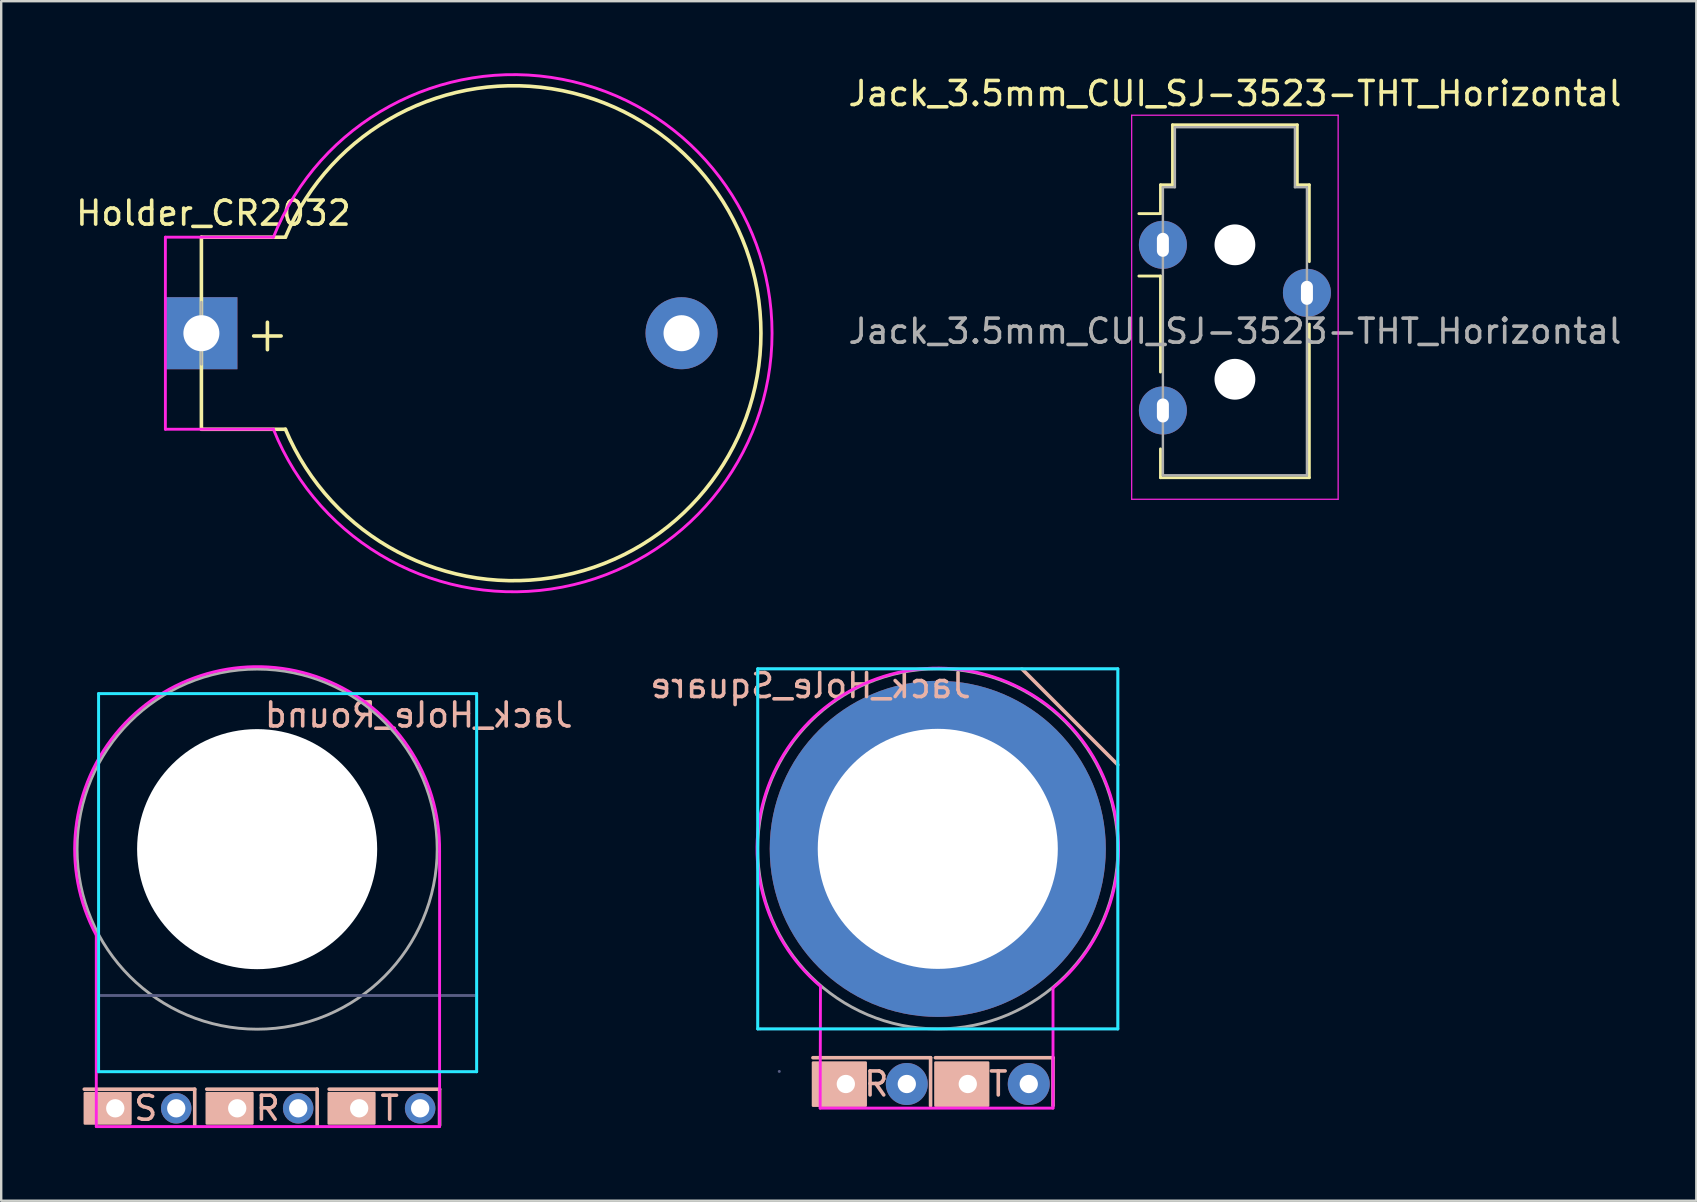
<source format=kicad_pcb>
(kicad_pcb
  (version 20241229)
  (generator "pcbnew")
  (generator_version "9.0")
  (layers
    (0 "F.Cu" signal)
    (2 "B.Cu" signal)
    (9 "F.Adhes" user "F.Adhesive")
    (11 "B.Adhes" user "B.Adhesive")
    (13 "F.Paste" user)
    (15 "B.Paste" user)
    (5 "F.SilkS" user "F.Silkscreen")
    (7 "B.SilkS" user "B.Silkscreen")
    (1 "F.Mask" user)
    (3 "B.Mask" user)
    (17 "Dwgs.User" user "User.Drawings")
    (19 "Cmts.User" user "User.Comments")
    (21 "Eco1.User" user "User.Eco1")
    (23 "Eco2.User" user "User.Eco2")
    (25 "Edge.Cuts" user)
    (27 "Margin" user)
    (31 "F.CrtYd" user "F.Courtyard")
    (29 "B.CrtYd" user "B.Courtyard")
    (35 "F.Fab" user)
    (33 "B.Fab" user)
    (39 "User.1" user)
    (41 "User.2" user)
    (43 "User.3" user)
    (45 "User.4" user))
  (footprint "Jack_Hole_Round"
    (layer "F.Cu")
    (at 7.661 32.321)
    (property "Reference" "Jack_Hole_Round" (at 6.731 -5.588 0) (layer "B.SilkS") (effects (font (size 1 1) (thickness 0.15)) (justify mirror)))
    (attr through_hole)
    (fp_line (start -7.2 10) (end -2.6 10) (stroke (width 0.15) (type solid)) (layer "B.SilkS"))
    (fp_line (start -2.6 10) (end -2.6 11.5) (stroke (width 0.15) (type solid)) (layer "B.SilkS"))
    (fp_line (start -2.1 10) (end 2.5 10) (stroke (width 0.15) (type solid)) (layer "B.SilkS"))
    (fp_line (start 2.5 10) (end 2.5 11.5) (stroke (width 0.15) (type solid)) (layer "B.SilkS"))
    (fp_line (start 3 10) (end 7.6 10) (stroke (width 0.15) (type solid)) (layer "B.SilkS"))
    (fp_line (start 7.6 10) (end 7.6 11.5) (stroke (width 0.15) (type solid)) (layer "B.SilkS"))
    (fp_poly (pts (xy -5.275 11.43) (xy -7.18 11.43) (xy -7.18 10.16) (xy -5.275 10.16)) (stroke (width 0.1) (type solid)) (fill yes) (layer "B.SilkS"))
    (fp_poly (pts (xy -0.195 11.43) (xy -2.1 11.43) (xy -2.1 10.16) (xy -0.195 10.16)) (stroke (width 0.1) (type solid)) (fill yes) (layer "B.SilkS"))
    (fp_poly (pts (xy 4.885 11.43) (xy 2.98 11.43) (xy 2.98 10.16) (xy 4.885 10.16)) (stroke (width 0.1) (type solid)) (fill yes) (layer "B.SilkS"))
    (fp_line (start -6.604 -6.477) (end 9.144 -6.477) (stroke (width 0.12) (type solid)) (layer "B.CrtYd"))
    (fp_line (start -6.604 9.271) (end -6.604 -6.477) (stroke (width 0.12) (type solid)) (layer "B.CrtYd"))
    (fp_line (start 9.144 -6.477) (end 9.144 9.271) (stroke (width 0.12) (type solid)) (layer "B.CrtYd"))
    (fp_line (start 9.144 9.271) (end -6.604 9.271) (stroke (width 0.12) (type solid)) (layer "B.CrtYd"))
    (fp_line (start -6.7 11.557) (end -6.7 3.6) (stroke (width 0.12) (type solid)) (layer "F.CrtYd"))
    (fp_line (start -6.7 11.557) (end 7.6 11.557) (stroke (width 0.12) (type solid)) (layer "F.CrtYd"))
    (fp_line (start 7.6 11.557) (end 7.6 0.1) (stroke (width 0.12) (type solid)) (layer "F.CrtYd"))
    (fp_arc (start -6.695366 3.59751) (mid -1.806304 -7.382904) (end 7.6 0.1) (stroke (width 0.12) (type solid)) (layer "F.CrtYd"))
    (fp_line (start -6.604 -6.477) (end 9.144 -6.477) (stroke (width 0.12) (type solid)) (layer "B.Fab"))
    (fp_line (start -6.604 6.096) (end 9.144 6.096) (stroke (width 0.12) (type solid)) (layer "B.Fab"))
    (fp_line (start -6.604 9.271) (end -6.604 -6.477) (stroke (width 0.12) (type solid)) (layer "B.Fab"))
    (fp_line (start 9.144 -6.477) (end 9.144 9.271) (stroke (width 0.12) (type solid)) (layer "B.Fab"))
    (fp_line (start 9.144 9.271) (end -6.604 9.271) (stroke (width 0.12) (type solid)) (layer "B.Fab"))
    (fp_circle (center 0 0) (end 7.5 0) (stroke (width 0.12) (type solid)) (fill no) (layer "F.Fab"))
    (fp_text user "T" (at 5.52 10.795 0) (layer "B.SilkS") (effects (font (size 1 1) (thickness 0.15))))
    (fp_text user "S" (at -4.64 10.795 0) (layer "B.SilkS") (effects (font (size 1 1) (thickness 0.15))))
    (fp_text user "R" (at 0.44 10.795 0) (layer "B.SilkS") (effects (font (size 1 1) (thickness 0.15))))
    (pad "" np_thru_hole circle (at 0 0) (size 10 10) (drill 10) (layers "*.Cu" "*.Mask"))
    (pad "R" thru_hole circle (at 1.71 10.795) (size 1.27 1.27) (drill 0.762) (layers "*.Cu" "*.Mask"))
    (pad "RN" thru_hole circle (at -0.83 10.795) (size 1.27 1.27) (drill 0.762) (layers "*.Cu" "*.Mask"))
    (pad "S" thru_hole circle (at -3.37 10.795) (size 1.27 1.27) (drill 0.762) (layers "*.Cu" "*.Mask"))
    (pad "SN" thru_hole circle (at -5.91 10.795) (size 1.27 1.27) (drill 0.762) (layers "*.Cu" "*.Mask"))
    (pad "T" thru_hole circle (at 6.79 10.795) (size 1.27 1.27) (drill 0.762) (layers "*.Cu" "*.Mask"))
    (pad "TN" thru_hole circle (at 4.25 10.795) (size 1.27 1.27) (drill 0.762) (layers "*.Cu" "*.Mask")))
  (footprint "Jack_3.5mm_CUI_SJ-3523-THT_Horizontal"
    (layer "F.Cu")
    (at 48.39 10.748)
    (property "Reference" "Jack_3.5mm_CUI_SJ-3523-THT_Horizontal" (at 0 -9.9 0) (layer "F.SilkS") (effects (font (size 1 1) (thickness 0.15))))
    (attr smd)
    (fp_line (start -3.1 -6.1) (end -2.6 -6.1) (stroke (width 0.12) (type solid)) (layer "F.SilkS"))
    (fp_line (start -3.1 -4.9) (end -4 -4.9) (stroke (width 0.12) (type solid)) (layer "F.SilkS"))
    (fp_line (start -3.1 -4.9) (end -3.1 -6.1) (stroke (width 0.12) (type solid)) (layer "F.SilkS"))
    (fp_line (start -3.1 -2.3) (end -4 -2.3) (stroke (width 0.12) (type solid)) (layer "F.SilkS"))
    (fp_line (start -3.1 1.7) (end -3.1 -2.3) (stroke (width 0.12) (type solid)) (layer "F.SilkS"))
    (fp_line (start -3.1 6.1) (end -3.1 4.9) (stroke (width 0.12) (type solid)) (layer "F.SilkS"))
    (fp_line (start -2.6 -8.6) (end 2.6 -8.6) (stroke (width 0.12) (type solid)) (layer "F.SilkS"))
    (fp_line (start -2.6 -6.1) (end -2.6 -8.6) (stroke (width 0.12) (type solid)) (layer "F.SilkS"))
    (fp_line (start 2.6 -8.6) (end 2.6 -6.1) (stroke (width 0.12) (type solid)) (layer "F.SilkS"))
    (fp_line (start 2.6 -6.1) (end 3.1 -6.1) (stroke (width 0.12) (type solid)) (layer "F.SilkS"))
    (fp_line (start 3.1 -6.1) (end 3.1 -2.9) (stroke (width 0.12) (type solid)) (layer "F.SilkS"))
    (fp_line (start 3.1 -0.3) (end 3.1 6.1) (stroke (width 0.12) (type solid)) (layer "F.SilkS"))
    (fp_line (start 3.1 6.1) (end -3.1 6.1) (stroke (width 0.12) (type solid)) (layer "F.SilkS"))
    (fp_line (start -4.3 -9) (end 4.3 -9) (stroke (width 0.05) (type solid)) (layer "F.CrtYd"))
    (fp_line (start -4.3 7) (end -4.3 -9) (stroke (width 0.05) (type solid)) (layer "F.CrtYd"))
    (fp_line (start 4.3 -9) (end 4.3 7) (stroke (width 0.05) (type solid)) (layer "F.CrtYd"))
    (fp_line (start 4.3 7) (end -4.3 7) (stroke (width 0.05) (type solid)) (layer "F.CrtYd"))
    (fp_line (start -3 -6) (end -2.5 -6) (stroke (width 0.1) (type solid)) (layer "F.Fab"))
    (fp_line (start -3 6) (end -3 -6) (stroke (width 0.1) (type solid)) (layer "F.Fab"))
    (fp_line (start -2.5 -8.5) (end 2.5 -8.5) (stroke (width 0.1) (type solid)) (layer "F.Fab"))
    (fp_line (start -2.5 -6) (end -2.5 -8.5) (stroke (width 0.1) (type solid)) (layer "F.Fab"))
    (fp_line (start 2.5 -8.5) (end 2.5 -6) (stroke (width 0.1) (type solid)) (layer "F.Fab"))
    (fp_line (start 2.5 -6) (end 3 -6) (stroke (width 0.1) (type solid)) (layer "F.Fab"))
    (fp_line (start 3 -6) (end 3 6) (stroke (width 0.1) (type solid)) (layer "F.Fab"))
    (fp_line (start 3 6) (end -3 6) (stroke (width 0.1) (type solid)) (layer "F.Fab"))
    (fp_text user "${REFERENCE}" (at 0 0 0) (layer "F.Fab") (effects (font (size 1 1) (thickness 0.15))))
    (pad "" np_thru_hole circle (at 0 -3.6) (size 1.7 1.7) (drill 1.7) (layers "*.Cu" "*.Mask"))
    (pad "" np_thru_hole circle (at 0 2) (size 1.7 1.7) (drill 1.7) (layers "*.Cu" "*.Mask"))
    (pad "R" thru_hole oval (at 3 -1.6) (size 2 2) (drill oval 0.5 1) (layers "*.Cu" "*.Mask"))
    (pad "S" thru_hole oval (at -3 -3.6) (size 2 2) (drill oval 0.5 1) (layers "*.Cu" "*.Mask"))
    (pad "T" thru_hole oval (at -3 3.3) (size 2 2) (drill oval 0.5 1) (layers "*.Cu" "*.Mask")))
  (footprint "Jack_Hole_Square"
    (layer "F.Cu")
    (at 36.013 32.309)
    (property "Reference" "Jack_Hole_Square" (at -5.3 -6.8 0) (layer "B.SilkS") (effects (font (size 1 1) (thickness 0.15)) (justify mirror)))
    (attr through_hole)
    (fp_line (start -5.2 8.7) (end -0.3 8.7) (stroke (width 0.15) (type solid)) (layer "B.SilkS"))
    (fp_line (start -0.3 8.7) (end -0.3 10.7) (stroke (width 0.15) (type solid)) (layer "B.SilkS"))
    (fp_line (start -0.1 8.7) (end 4.8 8.7) (stroke (width 0.15) (type solid)) (layer "B.SilkS"))
    (fp_line (start 3.5 -7.5) (end 7.5 -3.5) (stroke (width 0.15) (type solid)) (layer "B.SilkS"))
    (fp_line (start 4.8 8.7) (end 4.8 10.7) (stroke (width 0.15) (type solid)) (layer "B.SilkS"))
    (fp_poly (pts (xy -3 10.7) (xy -5.2 10.7) (xy -5.2 8.9) (xy -3 8.9)) (stroke (width 0.1) (type solid)) (fill yes) (layer "B.SilkS"))
    (fp_poly (pts (xy 2.1 10.7) (xy -0.1 10.7) (xy -0.1 8.9) (xy 2.1 8.9)) (stroke (width 0.1) (type solid)) (fill yes) (layer "B.SilkS"))
    (fp_line (start -7.5 -7.5) (end 7.5 -7.5) (stroke (width 0.12) (type solid)) (layer "B.CrtYd"))
    (fp_line (start -7.5 7.5) (end -7.5 -7.5) (stroke (width 0.12) (type solid)) (layer "B.CrtYd"))
    (fp_line (start 7.5 -7.5) (end 7.5 7.5) (stroke (width 0.12) (type solid)) (layer "B.CrtYd"))
    (fp_line (start 7.5 7.5) (end -7.5 7.5) (stroke (width 0.12) (type solid)) (layer "B.CrtYd"))
    (fp_line (start -4.9 10.8) (end -4.886 5.727) (stroke (width 0.12) (type solid)) (layer "F.CrtYd"))
    (fp_line (start -4.9 10.8) (end 4.8 10.8) (stroke (width 0.12) (type solid)) (layer "F.CrtYd"))
    (fp_line (start 4.8 10.8) (end 4.8 5.8) (stroke (width 0.12) (type solid)) (layer "F.CrtYd"))
    (fp_arc (start -4.886326 5.727462) (mid 0.056378 -7.528401) (end 4.8 5.8) (stroke (width 0.12) (type solid)) (layer "F.CrtYd"))
    (fp_line (start -7.5 -7.5) (end -7.5 7.5) (stroke (width 0.12) (type solid)) (layer "B.Fab"))
    (fp_line (start -7.5 7.5) (end -7.4 7.5) (stroke (width 0.12) (type solid)) (layer "B.Fab"))
    (fp_line (start -7.4 7.5) (end 7.5 7.5) (stroke (width 0.12) (type solid)) (layer "B.Fab"))
    (fp_line (start -6.6 9.271) (end -6.604 9.271) (stroke (width 0.12) (type solid)) (layer "B.Fab"))
    (fp_line (start 7.5 -7.5) (end -7.5 -7.5) (stroke (width 0.12) (type solid)) (layer "B.Fab"))
    (fp_line (start 7.5 7.5) (end 7.5 -7.5) (stroke (width 0.12) (type solid)) (layer "B.Fab"))
    (fp_circle (center 0 0) (end 7.5 0) (stroke (width 0.12) (type solid)) (fill no) (layer "F.Fab"))
    (fp_text user "T" (at 2.52 9.795 0) (layer "B.SilkS") (effects (font (size 1 1) (thickness 0.15))))
    (fp_text user "R" (at -2.56 9.795 0) (layer "B.SilkS") (effects (font (size 1 1) (thickness 0.15))))
    (pad "R" thru_hole circle (at -1.29 9.795) (size 1.75 1.75) (drill 0.762) (layers "*.Cu" "B.Mask"))
    (pad "RN" thru_hole circle (at -3.83 9.795) (size 1.75 1.75) (drill 0.762) (layers "*.Cu" "B.Mask"))
    (pad "S" thru_hole circle (at 0 0) (size 14 14) (drill 10) (layers "*.Cu" "F.Mask"))
    (pad "T" thru_hole circle (at 3.79 9.795) (size 1.75 1.75) (drill 0.762) (layers "*.Cu" "B.Mask"))
    (pad "TN" thru_hole circle (at 1.25 9.795) (size 1.75 1.75) (drill 0.762) (layers "*.Cu" "B.Mask")))
  (footprint "Holder_CR2032"
    (layer "F.Cu")
    (at 5.339 10.83)
    (property "Reference" "Holder_CR2032" (at 0.5 -5 0) (layer "F.SilkS") (effects (font (size 1 1) (thickness 0.15))))
    (attr through_hole)
    (fp_line (start 0 -4) (end 0 4) (stroke (width 0.15) (type solid)) (layer "F.SilkS"))
    (fp_line (start 0 -4) (end 3.5 -4) (stroke (width 0.15) (type solid)) (layer "F.SilkS"))
    (fp_line (start 0 4) (end 3.5 4) (stroke (width 0.15) (type solid)) (layer "F.SilkS"))
    (fp_arc (start 3.5 -4) (mid 23.307764 0) (end 3.5 4) (stroke (width 0.15) (type solid)) (layer "F.SilkS"))
    (fp_line (start -1.5 -4) (end -1.5 4) (stroke (width 0.12) (type solid)) (layer "F.CrtYd"))
    (fp_line (start -1.5 -4) (end 3 -4) (stroke (width 0.12) (type solid)) (layer "F.CrtYd"))
    (fp_line (start -1.5 4) (end 3 4) (stroke (width 0.12) (type solid)) (layer "F.CrtYd"))
    (fp_arc (start 3 -4) (mid 23.77033 0) (end 3 3.999999) (stroke (width 0.12) (type solid)) (layer "F.CrtYd"))
    (fp_line (start 0 -1.3) (end 0 1.3) (stroke (width 0.1) (type solid)) (layer "F.Fab"))
    (fp_text user "+" (at 2.75 0 0) (layer "F.SilkS") (effects (font (size 1.5 1.5) (thickness 0.15))))
    (pad "1" thru_hole rect (at 0 0) (size 3 3) (drill 1.5) (layers "*.Cu" "*.Mask"))
    (pad "2" thru_hole circle (at 20 0) (size 3 3) (drill 1.5) (layers "*.Cu" "*.Mask")))
  (gr_rect
    (start -3 -3)
    (end 67.61 46.965)
    (stroke (width 0.1) (type default))
    (fill no)
    (layer "Edge.Cuts")))
</source>
